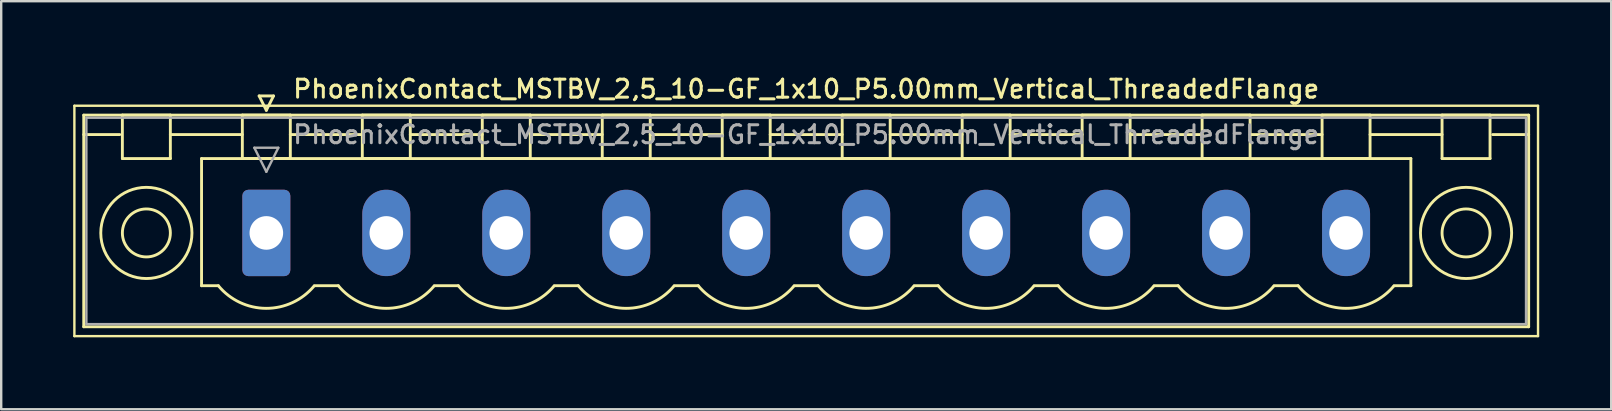
<source format=kicad_pcb>
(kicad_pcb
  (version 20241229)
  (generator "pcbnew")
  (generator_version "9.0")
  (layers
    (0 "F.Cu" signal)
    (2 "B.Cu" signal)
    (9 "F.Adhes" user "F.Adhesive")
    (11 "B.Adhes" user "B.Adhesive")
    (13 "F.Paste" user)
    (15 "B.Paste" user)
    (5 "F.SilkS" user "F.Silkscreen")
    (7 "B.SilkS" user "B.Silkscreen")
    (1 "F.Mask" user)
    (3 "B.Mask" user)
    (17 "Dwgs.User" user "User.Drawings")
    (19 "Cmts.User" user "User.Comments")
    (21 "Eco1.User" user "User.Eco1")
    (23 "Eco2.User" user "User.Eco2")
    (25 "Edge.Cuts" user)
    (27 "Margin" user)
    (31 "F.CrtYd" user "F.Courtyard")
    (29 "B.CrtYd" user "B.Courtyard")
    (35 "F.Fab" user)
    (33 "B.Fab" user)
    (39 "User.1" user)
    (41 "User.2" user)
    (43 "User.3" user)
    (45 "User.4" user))
  (footprint "PhoenixContact_MSTBV_2,5_10-GF_1x10_P5.00mm_Vertical_ThreadedFlange"
    (layer "F.Cu")
    (at 8.05 6.658)
    (property "Reference" "PhoenixContact_MSTBV_2,5_10-GF_1x10_P5.00mm_Vertical_ThreadedFlange" (at 22.5 -6 0) (layer "F.SilkS") (effects (font (size 0.75 0.75) (thickness 0.125))))
    (attr through_hole)
    (fp_line (start -8 -5.3) (end -8 4.3) (stroke (width 0.1) (type solid)) (layer "F.SilkS"))
    (fp_line (start -8 4.3) (end 53 4.3) (stroke (width 0.1) (type solid)) (layer "F.SilkS"))
    (fp_line (start -7.61 -4.91) (end -7.61 3.91) (stroke (width 0.12) (type solid)) (layer "F.SilkS"))
    (fp_line (start -7.61 -4.1) (end -6.11 -4.1) (stroke (width 0.12) (type solid)) (layer "F.SilkS"))
    (fp_line (start -7.61 3.91) (end 52.61 3.91) (stroke (width 0.12) (type solid)) (layer "F.SilkS"))
    (fp_line (start -6 -4.91) (end -4 -4.91) (stroke (width 0.12) (type solid)) (layer "F.SilkS"))
    (fp_line (start -6 -3.1) (end -6 -4.91) (stroke (width 0.12) (type solid)) (layer "F.SilkS"))
    (fp_line (start -4 -4.91) (end -4 -3.1) (stroke (width 0.12) (type solid)) (layer "F.SilkS"))
    (fp_line (start -4 -4.1) (end -1 -4.1) (stroke (width 0.12) (type solid)) (layer "F.SilkS"))
    (fp_line (start -4 -3.1) (end -6 -3.1) (stroke (width 0.12) (type solid)) (layer "F.SilkS"))
    (fp_line (start -2.7 -3.1) (end 47.7 -3.1) (stroke (width 0.12) (type solid)) (layer "F.SilkS"))
    (fp_line (start -2.7 2.2) (end -2.7 -3.1) (stroke (width 0.12) (type solid)) (layer "F.SilkS"))
    (fp_line (start -2 2.2) (end -2.7 2.2) (stroke (width 0.12) (type solid)) (layer "F.SilkS"))
    (fp_line (start -1 -4.91) (end 1 -4.91) (stroke (width 0.12) (type solid)) (layer "F.SilkS"))
    (fp_line (start -1 -3.1) (end -1 -4.91) (stroke (width 0.12) (type solid)) (layer "F.SilkS"))
    (fp_line (start -0.3 -5.71) (end 0.3 -5.71) (stroke (width 0.12) (type solid)) (layer "F.SilkS"))
    (fp_line (start 0 -5.11) (end -0.3 -5.71) (stroke (width 0.12) (type solid)) (layer "F.SilkS"))
    (fp_line (start 0.3 -5.71) (end 0 -5.11) (stroke (width 0.12) (type solid)) (layer "F.SilkS"))
    (fp_line (start 1 -4.91) (end 1 -3.1) (stroke (width 0.12) (type solid)) (layer "F.SilkS"))
    (fp_line (start 1 -4.1) (end 4 -4.1) (stroke (width 0.12) (type solid)) (layer "F.SilkS"))
    (fp_line (start 1 -3.1) (end -1 -3.1) (stroke (width 0.12) (type solid)) (layer "F.SilkS"))
    (fp_line (start 2 2.2) (end 3 2.2) (stroke (width 0.12) (type solid)) (layer "F.SilkS"))
    (fp_line (start 4 -4.91) (end 6 -4.91) (stroke (width 0.12) (type solid)) (layer "F.SilkS"))
    (fp_line (start 4 -3.1) (end 4 -4.91) (stroke (width 0.12) (type solid)) (layer "F.SilkS"))
    (fp_line (start 6 -4.91) (end 6 -3.1) (stroke (width 0.12) (type solid)) (layer "F.SilkS"))
    (fp_line (start 6 -4.1) (end 9 -4.1) (stroke (width 0.12) (type solid)) (layer "F.SilkS"))
    (fp_line (start 6 -3.1) (end 4 -3.1) (stroke (width 0.12) (type solid)) (layer "F.SilkS"))
    (fp_line (start 7 2.2) (end 8 2.2) (stroke (width 0.12) (type solid)) (layer "F.SilkS"))
    (fp_line (start 9 -4.91) (end 11 -4.91) (stroke (width 0.12) (type solid)) (layer "F.SilkS"))
    (fp_line (start 9 -3.1) (end 9 -4.91) (stroke (width 0.12) (type solid)) (layer "F.SilkS"))
    (fp_line (start 11 -4.91) (end 11 -3.1) (stroke (width 0.12) (type solid)) (layer "F.SilkS"))
    (fp_line (start 11 -4.1) (end 14 -4.1) (stroke (width 0.12) (type solid)) (layer "F.SilkS"))
    (fp_line (start 11 -3.1) (end 9 -3.1) (stroke (width 0.12) (type solid)) (layer "F.SilkS"))
    (fp_line (start 12 2.2) (end 13 2.2) (stroke (width 0.12) (type solid)) (layer "F.SilkS"))
    (fp_line (start 14 -4.91) (end 16 -4.91) (stroke (width 0.12) (type solid)) (layer "F.SilkS"))
    (fp_line (start 14 -3.1) (end 14 -4.91) (stroke (width 0.12) (type solid)) (layer "F.SilkS"))
    (fp_line (start 16 -4.91) (end 16 -3.1) (stroke (width 0.12) (type solid)) (layer "F.SilkS"))
    (fp_line (start 16 -4.1) (end 19 -4.1) (stroke (width 0.12) (type solid)) (layer "F.SilkS"))
    (fp_line (start 16 -3.1) (end 14 -3.1) (stroke (width 0.12) (type solid)) (layer "F.SilkS"))
    (fp_line (start 17 2.2) (end 18 2.2) (stroke (width 0.12) (type solid)) (layer "F.SilkS"))
    (fp_line (start 19 -4.91) (end 21 -4.91) (stroke (width 0.12) (type solid)) (layer "F.SilkS"))
    (fp_line (start 19 -3.1) (end 19 -4.91) (stroke (width 0.12) (type solid)) (layer "F.SilkS"))
    (fp_line (start 21 -4.91) (end 21 -3.1) (stroke (width 0.12) (type solid)) (layer "F.SilkS"))
    (fp_line (start 21 -4.1) (end 24 -4.1) (stroke (width 0.12) (type solid)) (layer "F.SilkS"))
    (fp_line (start 21 -3.1) (end 19 -3.1) (stroke (width 0.12) (type solid)) (layer "F.SilkS"))
    (fp_line (start 22 2.2) (end 23 2.2) (stroke (width 0.12) (type solid)) (layer "F.SilkS"))
    (fp_line (start 24 -4.91) (end 26 -4.91) (stroke (width 0.12) (type solid)) (layer "F.SilkS"))
    (fp_line (start 24 -3.1) (end 24 -4.91) (stroke (width 0.12) (type solid)) (layer "F.SilkS"))
    (fp_line (start 26 -4.91) (end 26 -3.1) (stroke (width 0.12) (type solid)) (layer "F.SilkS"))
    (fp_line (start 26 -4.1) (end 29 -4.1) (stroke (width 0.12) (type solid)) (layer "F.SilkS"))
    (fp_line (start 26 -3.1) (end 24 -3.1) (stroke (width 0.12) (type solid)) (layer "F.SilkS"))
    (fp_line (start 27 2.2) (end 28 2.2) (stroke (width 0.12) (type solid)) (layer "F.SilkS"))
    (fp_line (start 29 -4.91) (end 31 -4.91) (stroke (width 0.12) (type solid)) (layer "F.SilkS"))
    (fp_line (start 29 -3.1) (end 29 -4.91) (stroke (width 0.12) (type solid)) (layer "F.SilkS"))
    (fp_line (start 31 -4.91) (end 31 -3.1) (stroke (width 0.12) (type solid)) (layer "F.SilkS"))
    (fp_line (start 31 -4.1) (end 34 -4.1) (stroke (width 0.12) (type solid)) (layer "F.SilkS"))
    (fp_line (start 31 -3.1) (end 29 -3.1) (stroke (width 0.12) (type solid)) (layer "F.SilkS"))
    (fp_line (start 32 2.2) (end 33 2.2) (stroke (width 0.12) (type solid)) (layer "F.SilkS"))
    (fp_line (start 34 -4.91) (end 36 -4.91) (stroke (width 0.12) (type solid)) (layer "F.SilkS"))
    (fp_line (start 34 -3.1) (end 34 -4.91) (stroke (width 0.12) (type solid)) (layer "F.SilkS"))
    (fp_line (start 36 -4.91) (end 36 -3.1) (stroke (width 0.12) (type solid)) (layer "F.SilkS"))
    (fp_line (start 36 -4.1) (end 39 -4.1) (stroke (width 0.12) (type solid)) (layer "F.SilkS"))
    (fp_line (start 36 -3.1) (end 34 -3.1) (stroke (width 0.12) (type solid)) (layer "F.SilkS"))
    (fp_line (start 37 2.2) (end 38 2.2) (stroke (width 0.12) (type solid)) (layer "F.SilkS"))
    (fp_line (start 39 -4.91) (end 41 -4.91) (stroke (width 0.12) (type solid)) (layer "F.SilkS"))
    (fp_line (start 39 -3.1) (end 39 -4.91) (stroke (width 0.12) (type solid)) (layer "F.SilkS"))
    (fp_line (start 41 -4.91) (end 41 -3.1) (stroke (width 0.12) (type solid)) (layer "F.SilkS"))
    (fp_line (start 41 -4.1) (end 44 -4.1) (stroke (width 0.12) (type solid)) (layer "F.SilkS"))
    (fp_line (start 41 -3.1) (end 39 -3.1) (stroke (width 0.12) (type solid)) (layer "F.SilkS"))
    (fp_line (start 42 2.2) (end 43 2.2) (stroke (width 0.12) (type solid)) (layer "F.SilkS"))
    (fp_line (start 44 -4.91) (end 46 -4.91) (stroke (width 0.12) (type solid)) (layer "F.SilkS"))
    (fp_line (start 44 -3.1) (end 44 -4.91) (stroke (width 0.12) (type solid)) (layer "F.SilkS"))
    (fp_line (start 46 -4.91) (end 46 -3.1) (stroke (width 0.12) (type solid)) (layer "F.SilkS"))
    (fp_line (start 46 -4.1) (end 49 -4.1) (stroke (width 0.12) (type solid)) (layer "F.SilkS"))
    (fp_line (start 46 -3.1) (end 44 -3.1) (stroke (width 0.12) (type solid)) (layer "F.SilkS"))
    (fp_line (start 47.7 -3.1) (end 47.7 2.2) (stroke (width 0.12) (type solid)) (layer "F.SilkS"))
    (fp_line (start 47.7 2.2) (end 47 2.2) (stroke (width 0.12) (type solid)) (layer "F.SilkS"))
    (fp_line (start 49 -4.91) (end 51 -4.91) (stroke (width 0.12) (type solid)) (layer "F.SilkS"))
    (fp_line (start 49 -3.1) (end 49 -4.91) (stroke (width 0.12) (type solid)) (layer "F.SilkS"))
    (fp_line (start 51 -4.91) (end 51 -3.1) (stroke (width 0.12) (type solid)) (layer "F.SilkS"))
    (fp_line (start 51 -3.1) (end 49 -3.1) (stroke (width 0.12) (type solid)) (layer "F.SilkS"))
    (fp_line (start 52.61 -4.91) (end -7.61 -4.91) (stroke (width 0.12) (type solid)) (layer "F.SilkS"))
    (fp_line (start 52.61 -4.1) (end 51.11 -4.1) (stroke (width 0.12) (type solid)) (layer "F.SilkS"))
    (fp_line (start 52.61 3.91) (end 52.61 -4.91) (stroke (width 0.12) (type solid)) (layer "F.SilkS"))
    (fp_line (start 53 -5.3) (end -8 -5.3) (stroke (width 0.1) (type solid)) (layer "F.SilkS"))
    (fp_line (start 53 4.3) (end 53 -5.3) (stroke (width 0.1) (type solid)) (layer "F.SilkS"))
    (fp_arc (start 1.986842 2.215821) (mid -0.010289 3.142758) (end -2 2.2) (stroke (width 0.12) (type solid)) (layer "F.SilkS"))
    (fp_arc (start 6.986842 2.215821) (mid 4.989711 3.142758) (end 3 2.2) (stroke (width 0.12) (type solid)) (layer "F.SilkS"))
    (fp_arc (start 11.986842 2.215821) (mid 9.989711 3.142758) (end 8 2.2) (stroke (width 0.12) (type solid)) (layer "F.SilkS"))
    (fp_arc (start 16.986842 2.215821) (mid 14.989711 3.142758) (end 13 2.2) (stroke (width 0.12) (type solid)) (layer "F.SilkS"))
    (fp_arc (start 21.986842 2.215821) (mid 19.989711 3.142758) (end 18 2.2) (stroke (width 0.12) (type solid)) (layer "F.SilkS"))
    (fp_arc (start 26.986842 2.215821) (mid 24.989711 3.142758) (end 23 2.2) (stroke (width 0.12) (type solid)) (layer "F.SilkS"))
    (fp_arc (start 31.986842 2.215821) (mid 29.989711 3.142758) (end 28 2.2) (stroke (width 0.12) (type solid)) (layer "F.SilkS"))
    (fp_arc (start 36.986842 2.215821) (mid 34.989711 3.142758) (end 33 2.2) (stroke (width 0.12) (type solid)) (layer "F.SilkS"))
    (fp_arc (start 41.986842 2.215821) (mid 39.989711 3.142758) (end 38 2.2) (stroke (width 0.12) (type solid)) (layer "F.SilkS"))
    (fp_arc (start 46.986842 2.215821) (mid 44.989711 3.142758) (end 43 2.2) (stroke (width 0.12) (type solid)) (layer "F.SilkS"))
    (fp_circle (center -5 0) (end -4 0) (stroke (width 0.12) (type solid)) (fill no) (layer "F.SilkS"))
    (fp_circle (center -5 0) (end -3.1 0) (stroke (width 0.12) (type solid)) (fill no) (layer "F.SilkS"))
    (fp_circle (center 50 0) (end 51 0) (stroke (width 0.12) (type solid)) (fill no) (layer "F.SilkS"))
    (fp_circle (center 50 0) (end 51.9 0) (stroke (width 0.12) (type solid)) (fill no) (layer "F.SilkS"))
    (fp_line (start -7.5 -4.8) (end -7.5 3.8) (stroke (width 0.1) (type solid)) (layer "F.Fab"))
    (fp_line (start -7.5 3.8) (end 52.5 3.8) (stroke (width 0.1) (type solid)) (layer "F.Fab"))
    (fp_line (start -0.5 -3.55) (end 0.5 -3.55) (stroke (width 0.1) (type solid)) (layer "F.Fab"))
    (fp_line (start 0 -2.55) (end -0.5 -3.55) (stroke (width 0.1) (type solid)) (layer "F.Fab"))
    (fp_line (start 0.5 -3.55) (end 0 -2.55) (stroke (width 0.1) (type solid)) (layer "F.Fab"))
    (fp_line (start 52.5 -4.8) (end -7.5 -4.8) (stroke (width 0.1) (type solid)) (layer "F.Fab"))
    (fp_line (start 52.5 3.8) (end 52.5 -4.8) (stroke (width 0.1) (type solid)) (layer "F.Fab"))
    (fp_text user "${REFERENCE}" (at 22.5 -4.1 0) (layer "F.Fab") (effects (font (size 0.75 0.75) (thickness 0.125))))
    (pad "1" thru_hole roundrect (at 0 0) (size 2 3.6) (drill 1.4) (layers "*.Cu" "*.Mask") (roundrect_rratio 0.125))
    (pad "2" thru_hole oval (at 5 0) (size 2 3.6) (drill 1.4) (layers "*.Cu" "*.Mask"))
    (pad "3" thru_hole oval (at 10 0) (size 2 3.6) (drill 1.4) (layers "*.Cu" "*.Mask"))
    (pad "4" thru_hole oval (at 15 0) (size 2 3.6) (drill 1.4) (layers "*.Cu" "*.Mask"))
    (pad "5" thru_hole oval (at 20 0) (size 2 3.6) (drill 1.4) (layers "*.Cu" "*.Mask"))
    (pad "6" thru_hole oval (at 25 0) (size 2 3.6) (drill 1.4) (layers "*.Cu" "*.Mask"))
    (pad "7" thru_hole oval (at 30 0) (size 2 3.6) (drill 1.4) (layers "*.Cu" "*.Mask"))
    (pad "8" thru_hole oval (at 35 0) (size 2 3.6) (drill 1.4) (layers "*.Cu" "*.Mask"))
    (pad "9" thru_hole oval (at 40 0) (size 2 3.6) (drill 1.4) (layers "*.Cu" "*.Mask"))
    (pad "10" thru_hole oval (at 45 0) (size 2 3.6) (drill 1.4) (layers "*.Cu" "*.Mask")))
  (gr_rect
    (start -3 -3)
    (end 64.1 14.008)
    (stroke (width 0.1) (type default))
    (fill no)
    (layer "Edge.Cuts")))
</source>
